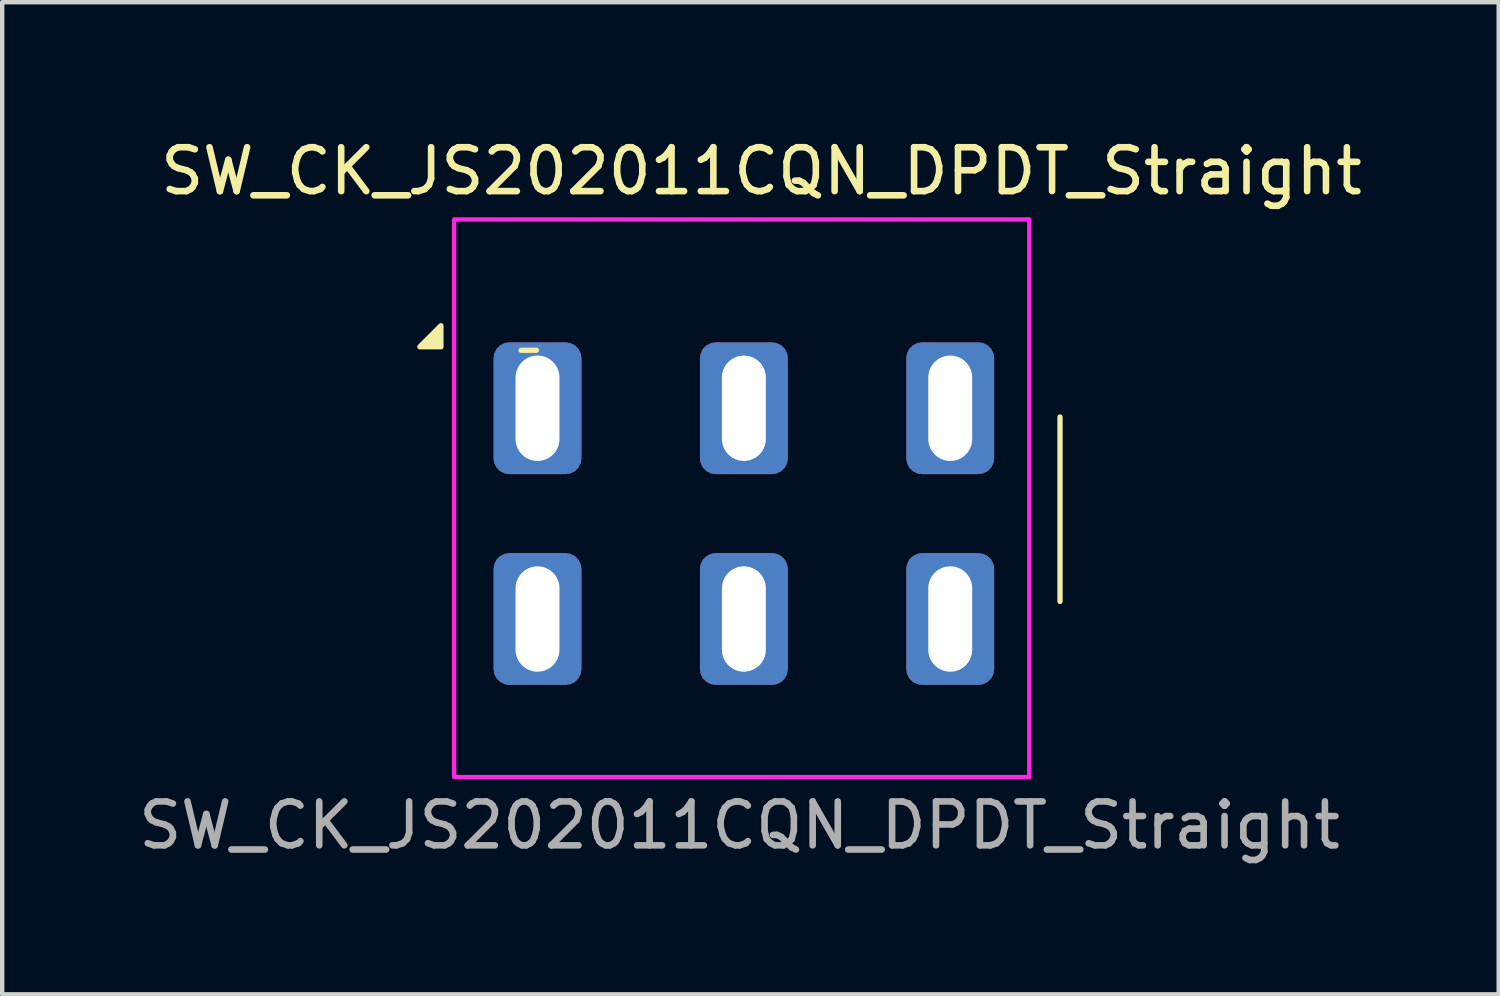
<source format=kicad_pcb>
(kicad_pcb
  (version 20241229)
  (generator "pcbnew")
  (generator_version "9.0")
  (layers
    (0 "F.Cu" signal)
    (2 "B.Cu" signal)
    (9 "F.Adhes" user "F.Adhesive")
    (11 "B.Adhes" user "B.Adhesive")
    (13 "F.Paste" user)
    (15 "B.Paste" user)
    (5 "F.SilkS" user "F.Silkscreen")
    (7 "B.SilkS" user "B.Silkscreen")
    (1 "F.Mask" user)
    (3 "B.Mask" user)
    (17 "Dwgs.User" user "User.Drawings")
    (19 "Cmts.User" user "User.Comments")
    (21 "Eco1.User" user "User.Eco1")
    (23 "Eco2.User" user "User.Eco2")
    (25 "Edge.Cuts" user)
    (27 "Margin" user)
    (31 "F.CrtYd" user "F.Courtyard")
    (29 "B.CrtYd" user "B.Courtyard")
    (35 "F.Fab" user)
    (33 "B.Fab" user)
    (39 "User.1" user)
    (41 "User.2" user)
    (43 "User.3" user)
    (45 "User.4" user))
  (footprint "SW_CK_JS202011CQN_DPDT_Straight"
    (layer "F.Cu")
    (at 9.192 6.248)
    (property "Reference" "SW_CK_JS202011CQN_DPDT_Straight" (at 5.1 -5.4 0) (layer "F.SilkS") (effects (font (size 1 1) (thickness 0.15))))
    (attr through_hole)
    (fp_line (start -0.025 -1.32) (end -0.375 -1.32) (stroke (width 0.12) (type solid)) (layer "F.SilkS"))
    (fp_line (start 11.9 0.2) (end 11.9 4.4) (stroke (width 0.12) (type solid)) (layer "F.SilkS"))
    (fp_poly (pts (xy -2.2 -1.4) (xy -2.68 -1.4) (xy -2.2 -1.88) (xy -2.2 -1.4)) (stroke (width 0.12) (type solid)) (fill yes) (layer "F.SilkS"))
    (fp_rect (start -1.9 -4.3) (end 11.2 8.4) (stroke (width 0.1) (type solid)) (fill no) (layer "F.CrtYd"))
    (fp_text user "${REFERENCE}" (at 4.6 9.5 0) (layer "F.Fab") (effects (font (size 1 1) (thickness 0.15))))
    (pad "1" thru_hole roundrect (at 0 0 90) (size 3 2) (drill oval 2.4 1) (layers "*.Cu" "*.Mask") (roundrect_rratio 0.179))
    (pad "2" thru_hole roundrect (at 4.7 0 90) (size 3 2) (drill oval 2.4 1) (layers "*.Cu" "*.Mask") (roundrect_rratio 0.179))
    (pad "3" thru_hole roundrect (at 9.4 0 90) (size 3 2) (drill oval 2.4 1) (layers "*.Cu" "*.Mask") (roundrect_rratio 0.179))
    (pad "4" thru_hole roundrect (at 0 4.8 90) (size 3 2) (drill oval 2.4 1) (layers "*.Cu" "*.Mask") (roundrect_rratio 0.179))
    (pad "5" thru_hole roundrect (at 4.7 4.8 90) (size 3 2) (drill oval 2.4 1) (layers "*.Cu" "*.Mask") (roundrect_rratio 0.179))
    (pad "6" thru_hole roundrect (at 9.4 4.8 90) (size 3 2) (drill oval 2.4 1) (layers "*.Cu" "*.Mask") (roundrect_rratio 0.179)))
  (gr_rect
    (start -3 -3)
    (end 31.083 19.596)
    (stroke (width 0.1) (type default))
    (fill no)
    (layer "Edge.Cuts")))
</source>
